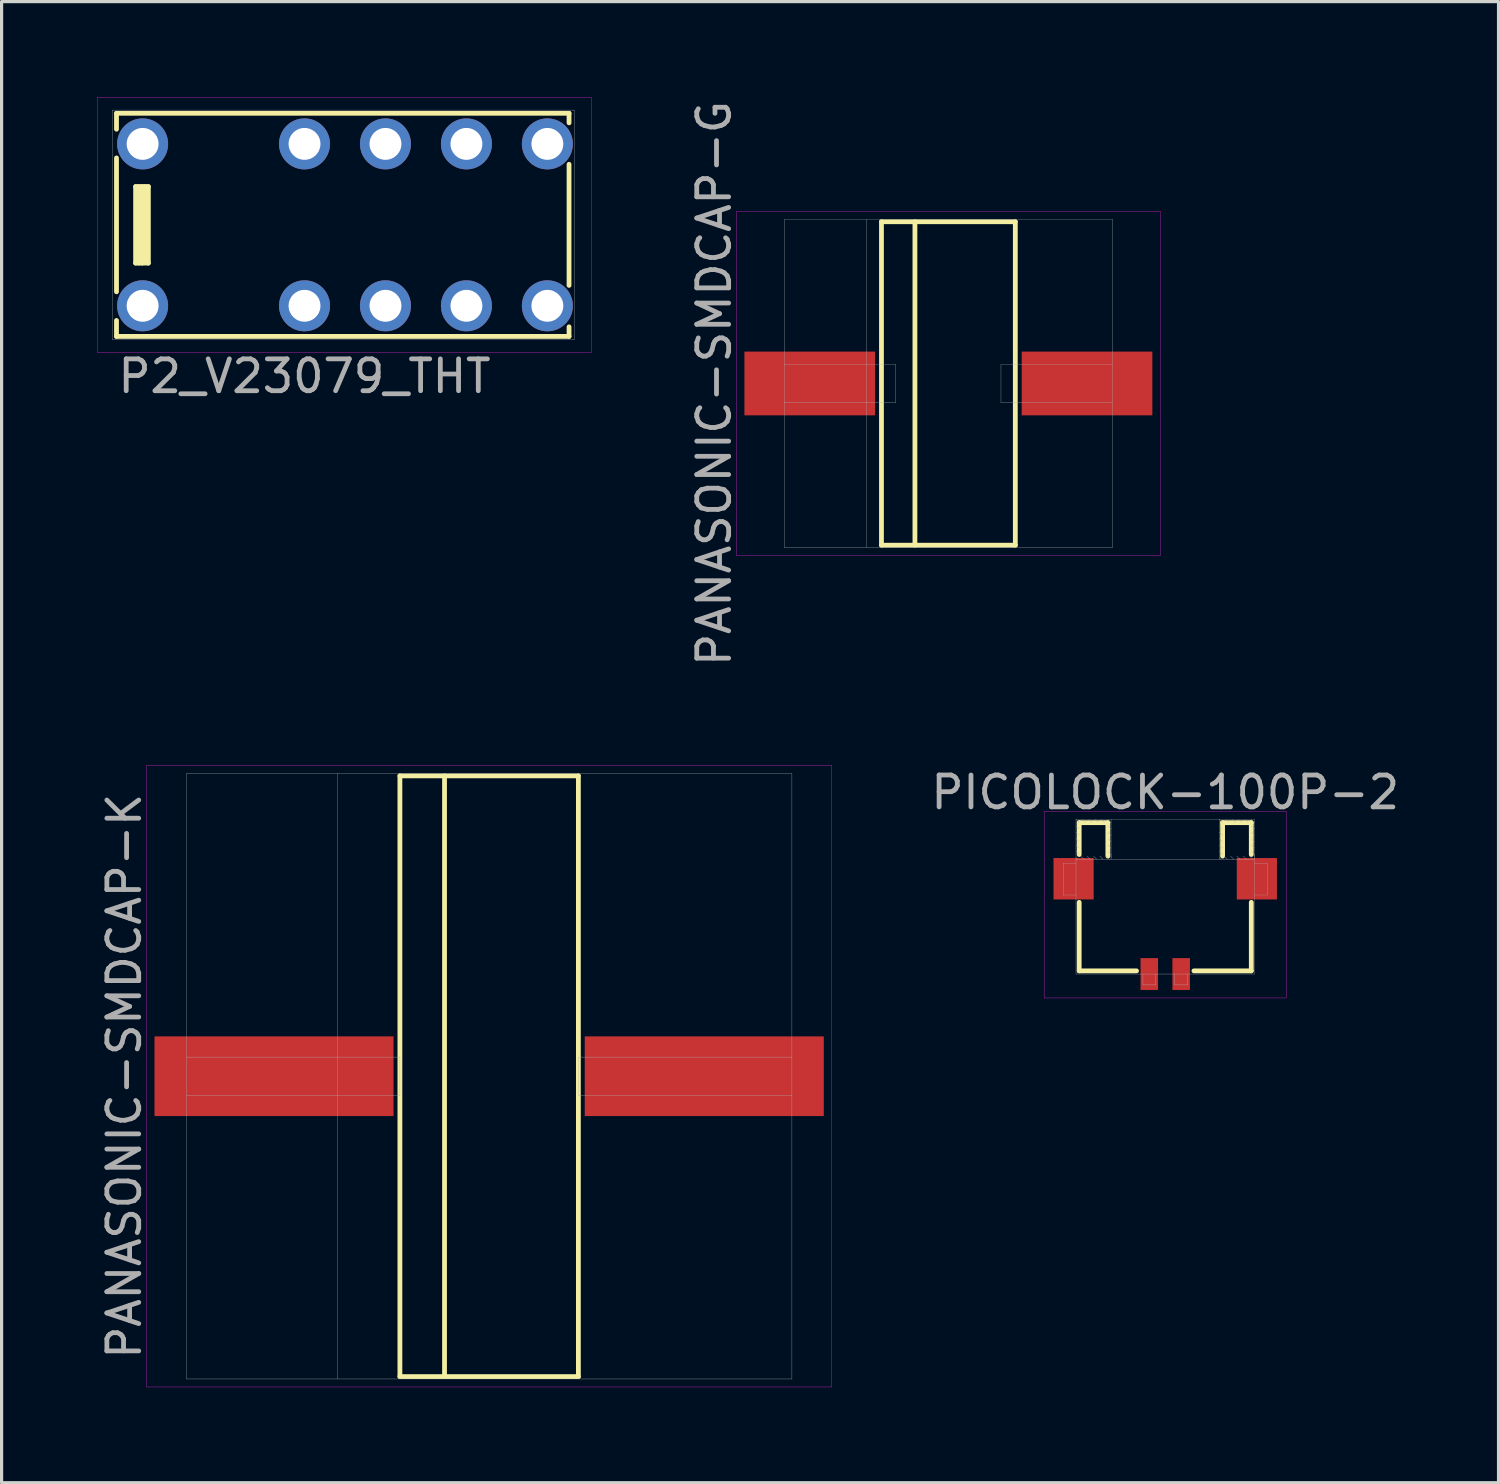
<source format=kicad_pcb>
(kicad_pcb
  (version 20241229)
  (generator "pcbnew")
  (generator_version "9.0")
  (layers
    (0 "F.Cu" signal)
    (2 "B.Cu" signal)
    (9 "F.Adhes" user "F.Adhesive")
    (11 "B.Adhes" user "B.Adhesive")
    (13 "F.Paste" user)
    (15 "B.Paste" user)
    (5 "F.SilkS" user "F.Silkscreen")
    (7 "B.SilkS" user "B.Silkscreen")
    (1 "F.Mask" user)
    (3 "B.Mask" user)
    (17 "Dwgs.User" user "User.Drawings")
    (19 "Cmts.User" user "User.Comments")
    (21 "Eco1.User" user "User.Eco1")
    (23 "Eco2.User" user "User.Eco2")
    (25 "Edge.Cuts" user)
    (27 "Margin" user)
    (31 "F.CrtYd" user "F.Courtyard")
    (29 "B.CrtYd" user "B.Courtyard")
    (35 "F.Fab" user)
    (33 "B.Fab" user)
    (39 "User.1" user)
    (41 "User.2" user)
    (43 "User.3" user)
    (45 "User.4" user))
  (footprint "PICOLOCK-100P-2"
    (layer "F.Cu")
    (at 33.512 27.513)
    (property "Reference" "PICOLOCK-100P-2" (at 0 -5.7 0) (layer "F.Fab") (effects (font (size 1 1) (thickness 0.15))))
    (attr through_hole)
    (fp_line (start -2.7 -4.75) (end -1.8 -4.75) (stroke (width 0.15) (type solid)) (layer "F.SilkS"))
    (fp_line (start -2.7 -3.75) (end -2.7 -4.75) (stroke (width 0.15) (type solid)) (layer "F.SilkS"))
    (fp_line (start -2.7 -2.25) (end -2.7 -0.1) (stroke (width 0.15) (type solid)) (layer "F.SilkS"))
    (fp_line (start -2.7 -0.1) (end -0.9 -0.1) (stroke (width 0.15) (type solid)) (layer "F.SilkS"))
    (fp_line (start -1.8 -4.75) (end -1.8 -3.7) (stroke (width 0.15) (type solid)) (layer "F.SilkS"))
    (fp_line (start 0.9 -0.1) (end 2.7 -0.1) (stroke (width 0.15) (type solid)) (layer "F.SilkS"))
    (fp_line (start 1.8 -4.75) (end 1.8 -3.7) (stroke (width 0.15) (type solid)) (layer "F.SilkS"))
    (fp_line (start 1.8 -4.75) (end 2.7 -4.75) (stroke (width 0.15) (type solid)) (layer "F.SilkS"))
    (fp_line (start 2.7 -4.75) (end 2.7 -3.75) (stroke (width 0.15) (type solid)) (layer "F.SilkS"))
    (fp_line (start 2.7 -0.1) (end 2.7 -2.25) (stroke (width 0.15) (type solid)) (layer "F.SilkS"))
    (fp_line (start -3.8 -5.1) (end 3.8 -5.1) (stroke (width 0.01) (type solid)) (layer "F.CrtYd"))
    (fp_line (start -3.8 0.75) (end -3.8 -5.1) (stroke (width 0.01) (type solid)) (layer "F.CrtYd"))
    (fp_line (start 3.8 -5.1) (end 3.8 0.75) (stroke (width 0.01) (type solid)) (layer "F.CrtYd"))
    (fp_line (start 3.8 0.75) (end -3.8 0.75) (stroke (width 0.01) (type solid)) (layer "F.CrtYd"))
    (fp_line (start -3.2 -3.48) (end -2.8 -3.48) (stroke (width 0.01) (type solid)) (layer "F.Fab"))
    (fp_line (start -3.2 -2.48) (end -3.2 -3.48) (stroke (width 0.01) (type solid)) (layer "F.Fab"))
    (fp_line (start -2.8 -4.85) (end -2.8 0) (stroke (width 0.01) (type solid)) (layer "F.Fab"))
    (fp_line (start -2.8 -4.85) (end -2.7 -4.75) (stroke (width 0.01) (type solid)) (layer "F.Fab"))
    (fp_line (start -2.8 -4.85) (end -1.7 -4.85) (stroke (width 0.01) (type solid)) (layer "F.Fab"))
    (fp_line (start -2.8 -4.65) (end -2.7 -4.55) (stroke (width 0.01) (type solid)) (layer "F.Fab"))
    (fp_line (start -2.8 -4.45) (end -2.7 -4.35) (stroke (width 0.01) (type solid)) (layer "F.Fab"))
    (fp_line (start -2.8 -4.25) (end -2.7 -4.15) (stroke (width 0.01) (type solid)) (layer "F.Fab"))
    (fp_line (start -2.8 -4.05) (end -2.7 -3.95) (stroke (width 0.01) (type solid)) (layer "F.Fab"))
    (fp_line (start -2.8 -3.85) (end -2.7 -3.75) (stroke (width 0.01) (type solid)) (layer "F.Fab"))
    (fp_line (start -2.8 -3.65) (end -2.75 -3.6) (stroke (width 0.01) (type solid)) (layer "F.Fab"))
    (fp_line (start -2.8 -2.48) (end -3.2 -2.48) (stroke (width 0.01) (type solid)) (layer "F.Fab"))
    (fp_line (start -2.8 0) (end 2.8 0) (stroke (width 0.01) (type solid)) (layer "F.Fab"))
    (fp_line (start -2.65 -3.7) (end -2.55 -3.6) (stroke (width 0.01) (type solid)) (layer "F.Fab"))
    (fp_line (start -2.6 -4.85) (end -2.5 -4.75) (stroke (width 0.01) (type solid)) (layer "F.Fab"))
    (fp_line (start -2.45 -3.7) (end -2.35 -3.6) (stroke (width 0.01) (type solid)) (layer "F.Fab"))
    (fp_line (start -2.4 -4.85) (end -2.3 -4.75) (stroke (width 0.01) (type solid)) (layer "F.Fab"))
    (fp_line (start -2.25 -3.7) (end -2.15 -3.6) (stroke (width 0.01) (type solid)) (layer "F.Fab"))
    (fp_line (start -2.2 -4.85) (end -2.1 -4.75) (stroke (width 0.01) (type solid)) (layer "F.Fab"))
    (fp_line (start -2.05 -3.7) (end -1.95 -3.6) (stroke (width 0.01) (type solid)) (layer "F.Fab"))
    (fp_line (start -2 -4.85) (end -1.9 -4.75) (stroke (width 0.01) (type solid)) (layer "F.Fab"))
    (fp_line (start -1.85 -3.7) (end -1.75 -3.6) (stroke (width 0.01) (type solid)) (layer "F.Fab"))
    (fp_line (start -1.8 -4.85) (end -1.7 -4.75) (stroke (width 0.01) (type solid)) (layer "F.Fab"))
    (fp_line (start -1.8 -4.65) (end -1.7 -4.55) (stroke (width 0.01) (type solid)) (layer "F.Fab"))
    (fp_line (start -1.8 -4.45) (end -1.7 -4.35) (stroke (width 0.01) (type solid)) (layer "F.Fab"))
    (fp_line (start -1.8 -4.25) (end -1.7 -4.15) (stroke (width 0.01) (type solid)) (layer "F.Fab"))
    (fp_line (start -1.8 -4.05) (end -1.7 -3.95) (stroke (width 0.01) (type solid)) (layer "F.Fab"))
    (fp_line (start -1.8 -3.85) (end -1.7 -3.75) (stroke (width 0.01) (type solid)) (layer "F.Fab"))
    (fp_line (start -1.7 -4.85) (end -1.7 -3.6) (stroke (width 0.01) (type solid)) (layer "F.Fab"))
    (fp_line (start -1.7 -4.85) (end 1.7 -4.85) (stroke (width 0.01) (type solid)) (layer "F.Fab"))
    (fp_line (start -1.7 -3.75) (end -1.7 -3.65) (stroke (width 0.01) (type solid)) (layer "F.Fab"))
    (fp_line (start -1.7 -3.6) (end -2.8 -3.6) (stroke (width 0.01) (type solid)) (layer "F.Fab"))
    (fp_line (start -1.7 -3.6) (end 1.7 -3.6) (stroke (width 0.01) (type solid)) (layer "F.Fab"))
    (fp_line (start -0.7 0.34) (end -0.7 0) (stroke (width 0.01) (type solid)) (layer "F.Fab"))
    (fp_line (start -0.7 0.34) (end -0.3 0.34) (stroke (width 0.01) (type solid)) (layer "F.Fab"))
    (fp_line (start -0.3 0.34) (end -0.3 0) (stroke (width 0.01) (type solid)) (layer "F.Fab"))
    (fp_line (start 0.3 0) (end 0.3 0.34) (stroke (width 0.01) (type solid)) (layer "F.Fab"))
    (fp_line (start 0.3 0.34) (end 0.7 0.34) (stroke (width 0.01) (type solid)) (layer "F.Fab"))
    (fp_line (start 0.7 0.34) (end 0.7 0) (stroke (width 0.01) (type solid)) (layer "F.Fab"))
    (fp_line (start 1.7 -4.85) (end 1.8 -4.75) (stroke (width 0.01) (type solid)) (layer "F.Fab"))
    (fp_line (start 1.7 -4.85) (end 2.8 -4.85) (stroke (width 0.01) (type solid)) (layer "F.Fab"))
    (fp_line (start 1.7 -4.65) (end 1.8 -4.55) (stroke (width 0.01) (type solid)) (layer "F.Fab"))
    (fp_line (start 1.7 -4.45) (end 1.8 -4.35) (stroke (width 0.01) (type solid)) (layer "F.Fab"))
    (fp_line (start 1.7 -4.25) (end 1.8 -4.15) (stroke (width 0.01) (type solid)) (layer "F.Fab"))
    (fp_line (start 1.7 -4.05) (end 1.8 -3.95) (stroke (width 0.01) (type solid)) (layer "F.Fab"))
    (fp_line (start 1.7 -3.85) (end 1.8 -3.75) (stroke (width 0.01) (type solid)) (layer "F.Fab"))
    (fp_line (start 1.7 -3.65) (end 1.75 -3.6) (stroke (width 0.01) (type solid)) (layer "F.Fab"))
    (fp_line (start 1.7 -3.6) (end 1.7 -4.85) (stroke (width 0.01) (type solid)) (layer "F.Fab"))
    (fp_line (start 1.7 -3.6) (end 2.8 -3.6) (stroke (width 0.01) (type solid)) (layer "F.Fab"))
    (fp_line (start 1.85 -3.7) (end 1.95 -3.6) (stroke (width 0.01) (type solid)) (layer "F.Fab"))
    (fp_line (start 1.9 -4.85) (end 2 -4.75) (stroke (width 0.01) (type solid)) (layer "F.Fab"))
    (fp_line (start 2.05 -3.7) (end 2.15 -3.6) (stroke (width 0.01) (type solid)) (layer "F.Fab"))
    (fp_line (start 2.1 -4.85) (end 2.2 -4.75) (stroke (width 0.01) (type solid)) (layer "F.Fab"))
    (fp_line (start 2.25 -3.7) (end 2.35 -3.6) (stroke (width 0.01) (type solid)) (layer "F.Fab"))
    (fp_line (start 2.3 -4.85) (end 2.4 -4.75) (stroke (width 0.01) (type solid)) (layer "F.Fab"))
    (fp_line (start 2.45 -3.7) (end 2.55 -3.6) (stroke (width 0.01) (type solid)) (layer "F.Fab"))
    (fp_line (start 2.5 -4.85) (end 2.6 -4.75) (stroke (width 0.01) (type solid)) (layer "F.Fab"))
    (fp_line (start 2.65 -3.7) (end 2.75 -3.6) (stroke (width 0.01) (type solid)) (layer "F.Fab"))
    (fp_line (start 2.7 -4.85) (end 2.8 -4.75) (stroke (width 0.01) (type solid)) (layer "F.Fab"))
    (fp_line (start 2.7 -4.65) (end 2.8 -4.55) (stroke (width 0.01) (type solid)) (layer "F.Fab"))
    (fp_line (start 2.7 -4.45) (end 2.8 -4.35) (stroke (width 0.01) (type solid)) (layer "F.Fab"))
    (fp_line (start 2.7 -4.25) (end 2.8 -4.15) (stroke (width 0.01) (type solid)) (layer "F.Fab"))
    (fp_line (start 2.7 -4.05) (end 2.8 -3.95) (stroke (width 0.01) (type solid)) (layer "F.Fab"))
    (fp_line (start 2.7 -3.85) (end 2.8 -3.75) (stroke (width 0.01) (type solid)) (layer "F.Fab"))
    (fp_line (start 2.8 -3.75) (end 2.8 -3.65) (stroke (width 0.01) (type solid)) (layer "F.Fab"))
    (fp_line (start 2.8 -2.48) (end 3.2 -2.48) (stroke (width 0.01) (type solid)) (layer "F.Fab"))
    (fp_line (start 2.8 0) (end 2.8 -4.85) (stroke (width 0.01) (type solid)) (layer "F.Fab"))
    (fp_line (start 3.2 -3.48) (end 2.8 -3.48) (stroke (width 0.01) (type solid)) (layer "F.Fab"))
    (fp_line (start 3.2 -2.48) (end 3.2 -3.48) (stroke (width 0.01) (type solid)) (layer "F.Fab"))
    (pad "" smd rect (at -2.875 -2.99) (size 1.26 1.3) (layers "F.Cu" "F.Mask" "F.Paste"))
    (pad "" smd rect (at 2.875 -2.99) (size 1.26 1.3) (layers "F.Cu" "F.Mask" "F.Paste"))
    (pad "1" smd rect (at 0.5 0) (size 0.55 1) (layers "F.Cu" "F.Mask" "F.Paste"))
    (pad "2" smd rect (at -0.5 0) (size 0.55 1) (layers "F.Cu" "F.Mask" "F.Paste")))
  (footprint "PANASONIC-SMDCAP-K"
    (layer "F.Cu")
    (at 12.298 30.719)
    (property "Reference" "PANASONIC-SMDCAP-K" (at -11.45 0 90) (layer "F.Fab") (effects (font (size 1 1) (thickness 0.15))))
    (attr smd)
    (fp_line (start -2.8 -9.425) (end 2.8 -9.425) (stroke (width 0.15) (type solid)) (layer "F.SilkS"))
    (fp_line (start -2.8 9.425) (end -2.8 -9.425) (stroke (width 0.15) (type solid)) (layer "F.SilkS"))
    (fp_line (start -1.4 -9.425) (end -1.4 9.425) (stroke (width 0.15) (type solid)) (layer "F.SilkS"))
    (fp_line (start 2.8 -9.425) (end 2.8 9.425) (stroke (width 0.15) (type solid)) (layer "F.SilkS"))
    (fp_line (start 2.8 9.425) (end -2.8 9.425) (stroke (width 0.15) (type solid)) (layer "F.SilkS"))
    (fp_line (start -10.75 -9.75) (end 10.75 -9.75) (stroke (width 0.01) (type solid)) (layer "F.CrtYd"))
    (fp_line (start -10.75 9.75) (end -10.75 -9.75) (stroke (width 0.01) (type solid)) (layer "F.CrtYd"))
    (fp_line (start 10.75 -9.75) (end 10.75 9.75) (stroke (width 0.01) (type solid)) (layer "F.CrtYd"))
    (fp_line (start 10.75 9.75) (end -10.75 9.75) (stroke (width 0.01) (type solid)) (layer "F.CrtYd"))
    (fp_line (start -9.5 -9.5) (end 9.5 -9.5) (stroke (width 0.01) (type solid)) (layer "F.Fab"))
    (fp_line (start -9.5 9.5) (end -9.5 -9.5) (stroke (width 0.01) (type solid)) (layer "F.Fab"))
    (fp_line (start -4.75 -9.5) (end -4.75 9.5) (stroke (width 0.01) (type solid)) (layer "F.Fab"))
    (fp_line (start -2.8 -0.6) (end -9.5 -0.6) (stroke (width 0.01) (type solid)) (layer "F.Fab"))
    (fp_line (start -2.8 -0.6) (end -2.8 0.6) (stroke (width 0.01) (type solid)) (layer "F.Fab"))
    (fp_line (start -2.8 0.6) (end -9.5 0.6) (stroke (width 0.01) (type solid)) (layer "F.Fab"))
    (fp_line (start 2.8 -0.6) (end 2.8 0.6) (stroke (width 0.01) (type solid)) (layer "F.Fab"))
    (fp_line (start 2.8 -0.6) (end 9.5 -0.6) (stroke (width 0.01) (type solid)) (layer "F.Fab"))
    (fp_line (start 2.8 0.6) (end 9.5 0.6) (stroke (width 0.01) (type solid)) (layer "F.Fab"))
    (fp_line (start 9.5 -9.5) (end 9.5 9.5) (stroke (width 0.01) (type solid)) (layer "F.Fab"))
    (fp_line (start 9.5 9.5) (end -9.5 9.5) (stroke (width 0.01) (type solid)) (layer "F.Fab"))
    (pad "1" smd rect (at -6.75 0) (size 7.5 2.5) (layers "F.Cu" "F.Mask" "F.Paste"))
    (pad "2" smd rect (at 6.75 0) (size 7.5 2.5) (layers "F.Cu" "F.Mask" "F.Paste")))
  (footprint "P2_V23079_THT"
    (layer "F.Cu")
    (at 6.505 4.005)
    (property "Reference" "P2_V23079_THT" (at 0 4.75 0) (layer "F.Fab") (effects (font (size 1 1) (thickness 0.15))))
    (attr through_hole)
    (fp_line (start -5.9 -3.5) (end -5.9 -3) (stroke (width 0.15) (type solid)) (layer "F.SilkS"))
    (fp_line (start -5.9 -3.5) (end 8.3 -3.5) (stroke (width 0.15) (type solid)) (layer "F.SilkS"))
    (fp_line (start -5.9 2.1) (end -5.9 -2.1) (stroke (width 0.15) (type solid)) (layer "F.SilkS"))
    (fp_line (start -5.9 3.5) (end -5.9 3) (stroke (width 0.15) (type solid)) (layer "F.SilkS"))
    (fp_line (start -5.9 3.5) (end 8.3 3.5) (stroke (width 0.15) (type solid)) (layer "F.SilkS"))
    (fp_line (start -5.3 -1.2) (end -5.3 1.2) (stroke (width 0.15) (type solid)) (layer "F.SilkS"))
    (fp_line (start -5.3 1.2) (end -4.9 1.2) (stroke (width 0.15) (type solid)) (layer "F.SilkS"))
    (fp_line (start -5.2 -1.2) (end -5.2 1.2) (stroke (width 0.15) (type solid)) (layer "F.SilkS"))
    (fp_line (start -5.1 1.2) (end -5.1 -1.2) (stroke (width 0.15) (type solid)) (layer "F.SilkS"))
    (fp_line (start -5 -1.2) (end -5 1.1) (stroke (width 0.15) (type solid)) (layer "F.SilkS"))
    (fp_line (start -4.9 -1.2) (end -5.3 -1.2) (stroke (width 0.15) (type solid)) (layer "F.SilkS"))
    (fp_line (start -4.9 1.2) (end -4.9 -1.2) (stroke (width 0.15) (type solid)) (layer "F.SilkS"))
    (fp_line (start 8.3 -3.5) (end 8.3 -3.2) (stroke (width 0.15) (type solid)) (layer "F.SilkS"))
    (fp_line (start 8.3 -1.9) (end 8.3 1.9) (stroke (width 0.15) (type solid)) (layer "F.SilkS"))
    (fp_line (start 8.3 3.5) (end 8.3 3.2) (stroke (width 0.15) (type solid)) (layer "F.SilkS"))
    (fp_line (start -6.5 -4) (end -6.5 4) (stroke (width 0.01) (type solid)) (layer "F.CrtYd"))
    (fp_line (start -6.5 4) (end 9 4) (stroke (width 0.01) (type solid)) (layer "F.CrtYd"))
    (fp_line (start 9 -4) (end -6.5 -4) (stroke (width 0.01) (type solid)) (layer "F.CrtYd"))
    (fp_line (start 9 4) (end 9 -4) (stroke (width 0.01) (type solid)) (layer "F.CrtYd"))
    (fp_line (start -6.03 -3.6) (end -6.03 3.6) (stroke (width 0.01) (type solid)) (layer "F.Fab"))
    (fp_line (start -6.03 3.6) (end 8.47 3.6) (stroke (width 0.01) (type solid)) (layer "F.Fab"))
    (fp_line (start 8.47 -3.6) (end -6.03 -3.6) (stroke (width 0.01) (type solid)) (layer "F.Fab"))
    (fp_line (start 8.47 3.6) (end 8.47 -3.6) (stroke (width 0.01) (type solid)) (layer "F.Fab"))
    (pad "1" thru_hole circle (at -5.08 2.54) (size 1.6 1.6) (drill 1) (layers "*.Cu" "*.Mask"))
    (pad "3" thru_hole circle (at 0 2.54) (size 1.6 1.6) (drill 1) (layers "*.Cu" "*.Mask"))
    (pad "4" thru_hole circle (at 2.54 2.54) (size 1.6 1.6) (drill 1) (layers "*.Cu" "*.Mask"))
    (pad "5" thru_hole circle (at 5.08 2.54) (size 1.6 1.6) (drill 1) (layers "*.Cu" "*.Mask"))
    (pad "6" thru_hole circle (at 7.62 2.54) (size 1.6 1.6) (drill 1) (layers "*.Cu" "*.Mask"))
    (pad "7" thru_hole circle (at 7.62 -2.54) (size 1.6 1.6) (drill 1) (layers "*.Cu" "*.Mask"))
    (pad "8" thru_hole circle (at 5.08 -2.54) (size 1.6 1.6) (drill 1) (layers "*.Cu" "*.Mask"))
    (pad "9" thru_hole circle (at 2.54 -2.54) (size 1.6 1.6) (drill 1) (layers "*.Cu" "*.Mask"))
    (pad "10" thru_hole circle (at 0 -2.54) (size 1.6 1.6) (drill 1) (layers "*.Cu" "*.Mask"))
    (pad "12" thru_hole circle (at -5.08 -2.54) (size 1.6 1.6) (drill 1) (layers "*.Cu" "*.Mask")))
  (footprint "PANASONIC-SMDCAP-G"
    (layer "F.Cu")
    (at 26.708 8.982)
    (property "Reference" "PANASONIC-SMDCAP-G" (at -7.35 0 90) (layer "F.Fab") (effects (font (size 1 1) (thickness 0.15))))
    (attr smd)
    (fp_line (start -2.1 -5.075) (end 2.1 -5.075) (stroke (width 0.15) (type solid)) (layer "F.SilkS"))
    (fp_line (start -2.1 5.075) (end -2.1 -5.075) (stroke (width 0.15) (type solid)) (layer "F.SilkS"))
    (fp_line (start -1.05 -5.075) (end -1.05 5.075) (stroke (width 0.15) (type solid)) (layer "F.SilkS"))
    (fp_line (start 2.1 -5.075) (end 2.1 5.075) (stroke (width 0.15) (type solid)) (layer "F.SilkS"))
    (fp_line (start 2.1 5.075) (end -2.1 5.075) (stroke (width 0.15) (type solid)) (layer "F.SilkS"))
    (fp_line (start -6.65 -5.4) (end 6.65 -5.4) (stroke (width 0.01) (type solid)) (layer "F.CrtYd"))
    (fp_line (start -6.65 5.4) (end -6.65 -5.4) (stroke (width 0.01) (type solid)) (layer "F.CrtYd"))
    (fp_line (start 6.65 -5.4) (end 6.65 5.4) (stroke (width 0.01) (type solid)) (layer "F.CrtYd"))
    (fp_line (start 6.65 5.4) (end -6.65 5.4) (stroke (width 0.01) (type solid)) (layer "F.CrtYd"))
    (fp_line (start -5.15 -5.15) (end 5.15 -5.15) (stroke (width 0.01) (type solid)) (layer "F.Fab"))
    (fp_line (start -5.15 5.15) (end -5.15 -5.15) (stroke (width 0.01) (type solid)) (layer "F.Fab"))
    (fp_line (start -2.575 -5.15) (end -2.575 5.15) (stroke (width 0.01) (type solid)) (layer "F.Fab"))
    (fp_line (start -1.65 -0.6) (end -5.15 -0.6) (stroke (width 0.01) (type solid)) (layer "F.Fab"))
    (fp_line (start -1.65 -0.6) (end -1.65 0.6) (stroke (width 0.01) (type solid)) (layer "F.Fab"))
    (fp_line (start -1.65 0.6) (end -5.15 0.6) (stroke (width 0.01) (type solid)) (layer "F.Fab"))
    (fp_line (start 1.65 -0.6) (end 1.65 0.6) (stroke (width 0.01) (type solid)) (layer "F.Fab"))
    (fp_line (start 1.65 -0.6) (end 5.15 -0.6) (stroke (width 0.01) (type solid)) (layer "F.Fab"))
    (fp_line (start 1.65 0.6) (end 5.15 0.6) (stroke (width 0.01) (type solid)) (layer "F.Fab"))
    (fp_line (start 5.15 -5.15) (end 5.15 5.15) (stroke (width 0.01) (type solid)) (layer "F.Fab"))
    (fp_line (start 5.15 5.15) (end -5.15 5.15) (stroke (width 0.01) (type solid)) (layer "F.Fab"))
    (pad "1" smd rect (at -4.35 0) (size 4.1 2) (layers "F.Cu" "F.Mask" "F.Paste"))
    (pad "2" smd rect (at 4.35 0) (size 4.1 2) (layers "F.Cu" "F.Mask" "F.Paste")))
  (gr_rect
    (start -3 -3)
    (end 43.97 43.474)
    (stroke (width 0.1) (type default))
    (fill no)
    (layer "Edge.Cuts")))
</source>
